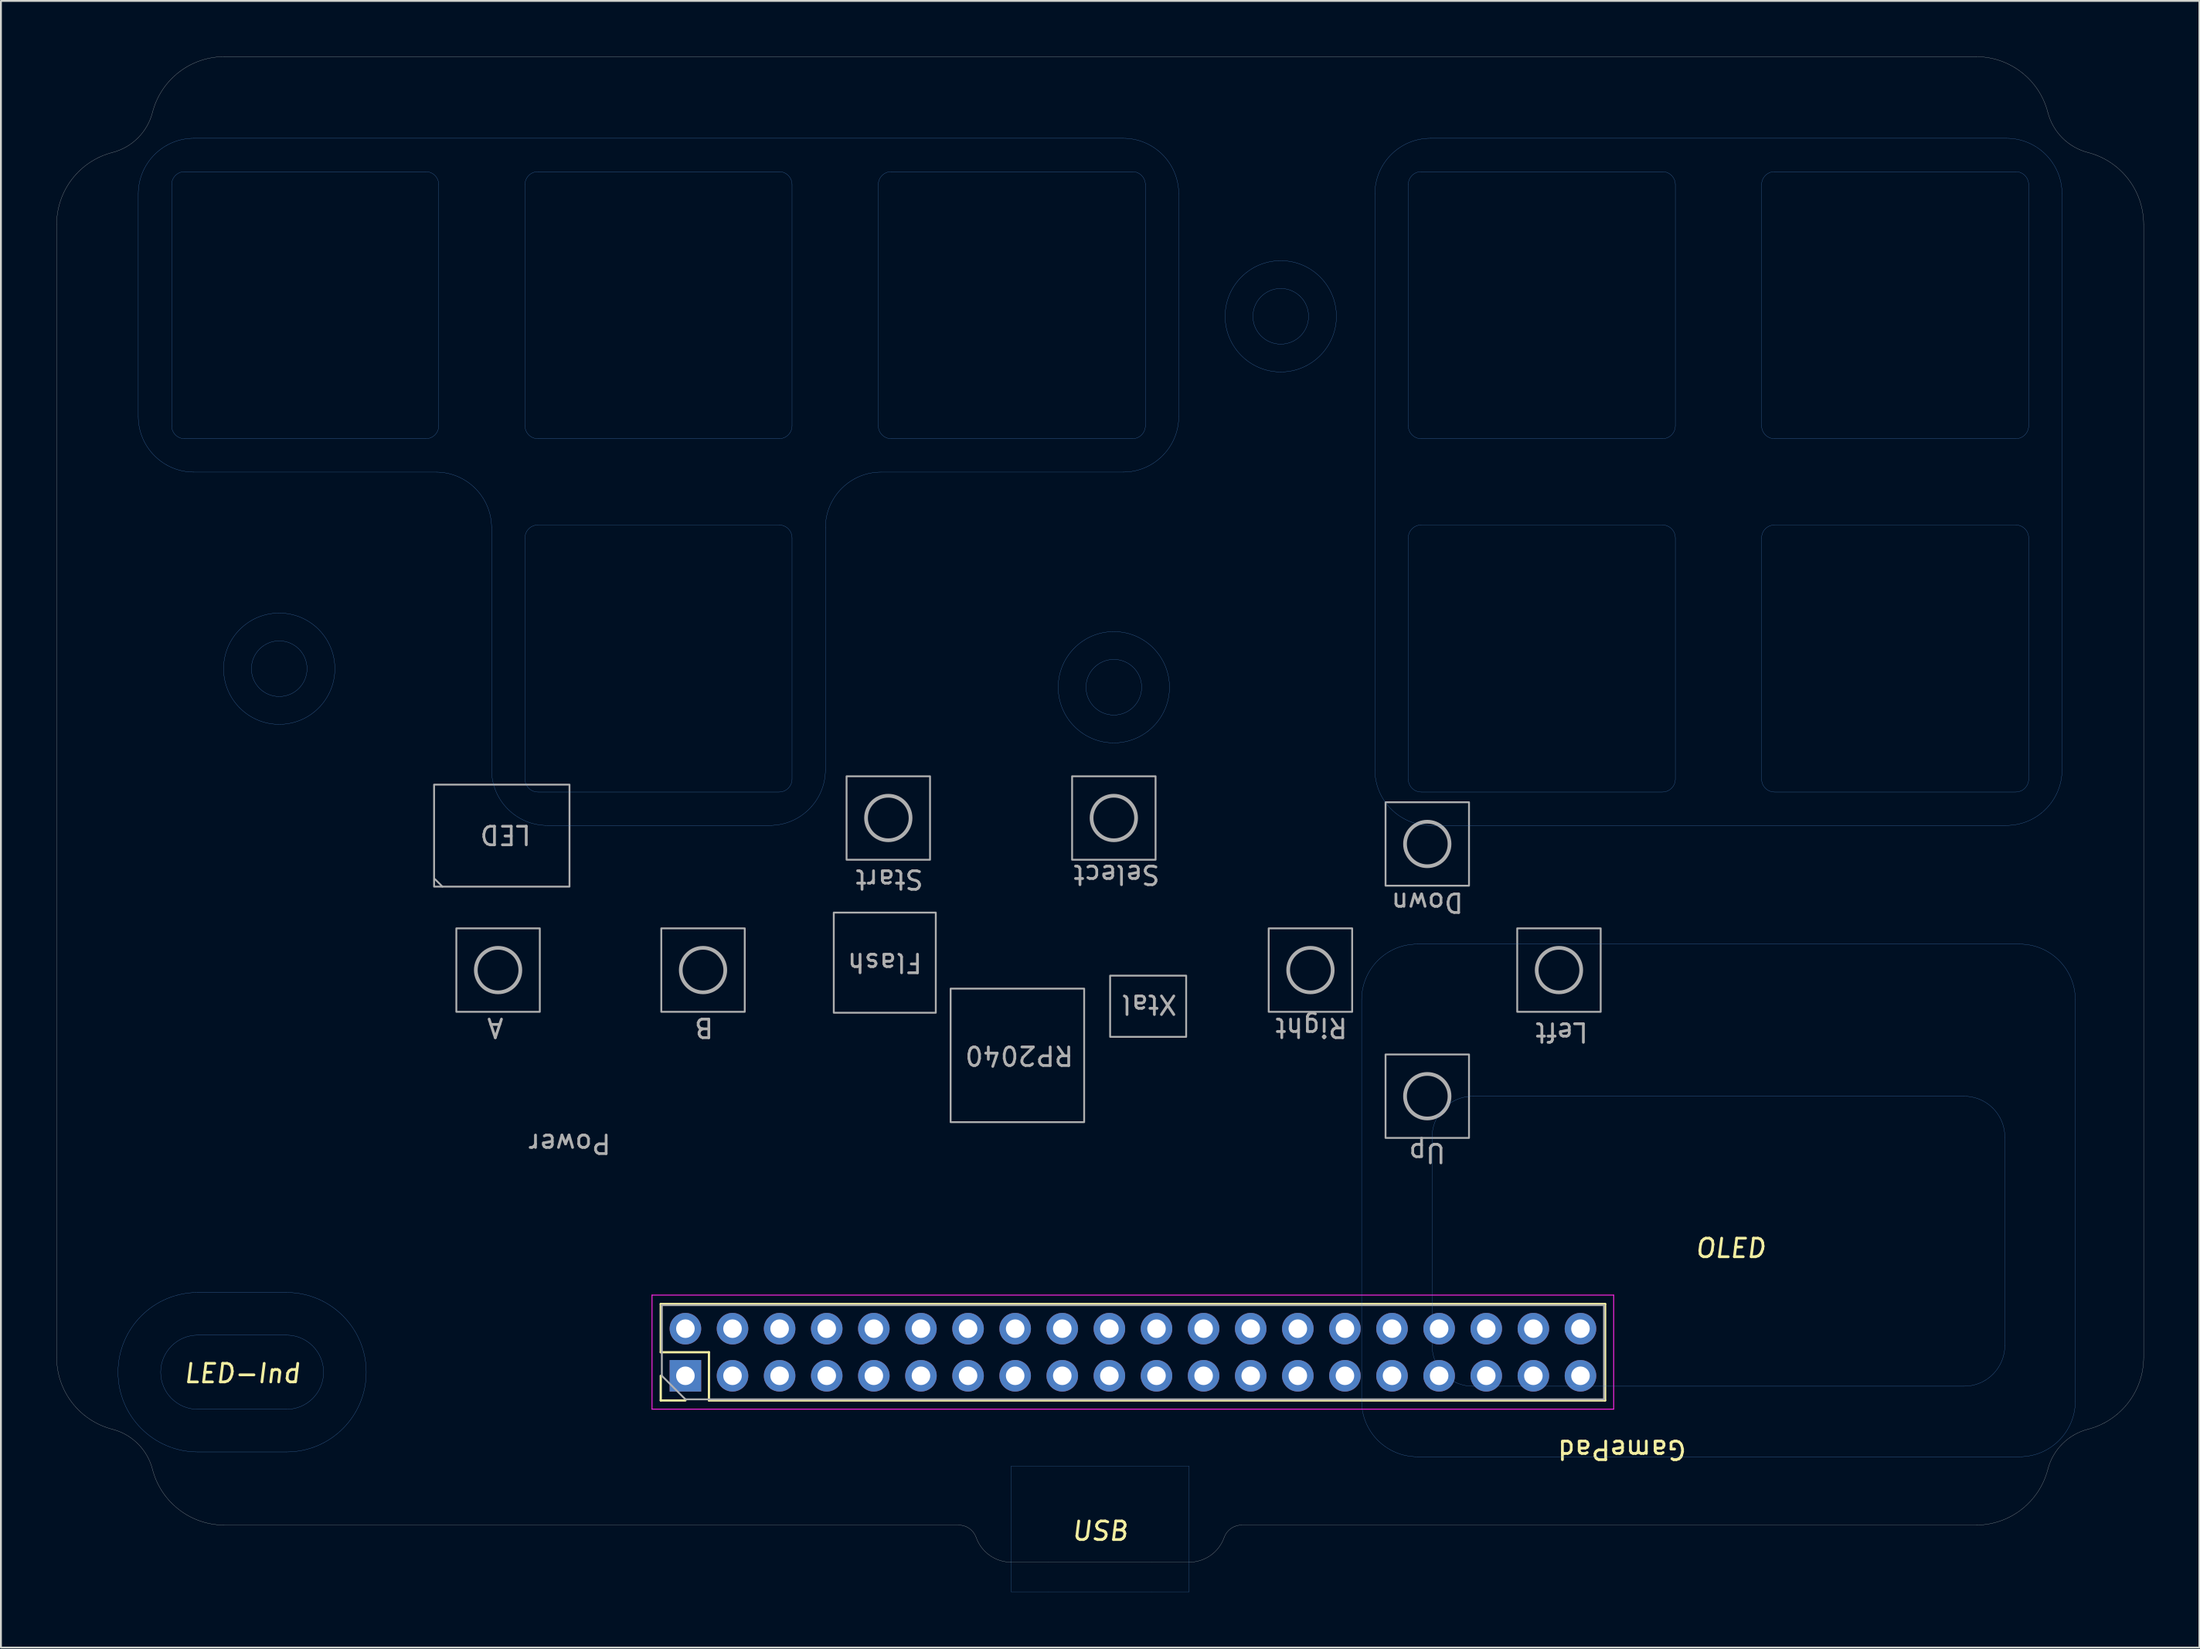
<source format=kicad_pcb>
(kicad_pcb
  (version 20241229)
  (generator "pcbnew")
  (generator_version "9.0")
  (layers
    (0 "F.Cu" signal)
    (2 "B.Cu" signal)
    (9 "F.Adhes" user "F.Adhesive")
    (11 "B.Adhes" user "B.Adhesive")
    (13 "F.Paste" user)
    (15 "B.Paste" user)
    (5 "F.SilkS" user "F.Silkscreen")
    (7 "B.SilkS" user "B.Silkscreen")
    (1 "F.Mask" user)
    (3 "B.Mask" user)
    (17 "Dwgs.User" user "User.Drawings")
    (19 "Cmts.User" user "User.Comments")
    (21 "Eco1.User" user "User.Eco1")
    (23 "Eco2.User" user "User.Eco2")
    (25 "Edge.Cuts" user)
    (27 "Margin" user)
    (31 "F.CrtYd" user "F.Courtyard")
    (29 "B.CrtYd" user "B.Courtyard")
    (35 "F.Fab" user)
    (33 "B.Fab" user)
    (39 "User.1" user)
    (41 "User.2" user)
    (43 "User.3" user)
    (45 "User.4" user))
  (footprint "GamePad"
    (layer "F.Cu")
    (at 57.005 34.005)
    (property "Reference" "GamePad" (at 27.4 41.1 180) (unlocked yes) (layer "F.SilkS") (effects (font (size 1 1) (thickness 0.15))))
    (attr through_hole)
    (fp_line (start -24.43 33.255) (end 26.49 33.255) (stroke (width 0.12) (type solid)) (layer "F.SilkS"))
    (fp_line (start -24.43 35.855) (end -24.43 33.255) (stroke (width 0.12) (type solid)) (layer "F.SilkS"))
    (fp_line (start -24.43 38.455) (end -24.43 37.125) (stroke (width 0.12) (type solid)) (layer "F.SilkS"))
    (fp_line (start -23.1 38.455) (end -24.43 38.455) (stroke (width 0.12) (type solid)) (layer "F.SilkS"))
    (fp_line (start -21.83 35.855) (end -24.43 35.855) (stroke (width 0.12) (type solid)) (layer "F.SilkS"))
    (fp_line (start -21.83 38.455) (end -21.83 35.855) (stroke (width 0.12) (type solid)) (layer "F.SilkS"))
    (fp_line (start -21.83 38.455) (end 26.49 38.455) (stroke (width 0.12) (type solid)) (layer "F.SilkS"))
    (fp_line (start 26.49 38.455) (end 26.49 33.255) (stroke (width 0.12) (type solid)) (layer "F.SilkS"))
    (fp_line (start -52.6 -14.6) (end -52.6 -26.6) (stroke (width 0.01) (type solid)) (layer "Cmts.User"))
    (fp_line (start -50.8 -14.1) (end -50.8 -27.1) (stroke (width 0.01) (type solid)) (layer "Cmts.User"))
    (fp_line (start -50.1 -27.8) (end -37.1 -27.8) (stroke (width 0.01) (type solid)) (layer "Cmts.User"))
    (fp_line (start -49.6 -29.6) (end 0.5 -29.6) (stroke (width 0.01) (type solid)) (layer "Cmts.User"))
    (fp_line (start -49.392 32.632) (end -44.608 32.632) (stroke (width 0.01) (type solid)) (layer "Cmts.User"))
    (fp_line (start -49.392 34.932) (end -44.608 34.932) (stroke (width 0.01) (type solid)) (layer "Cmts.User"))
    (fp_line (start -44.608 38.932) (end -49.392 38.932) (stroke (width 0.01) (type solid)) (layer "Cmts.User"))
    (fp_line (start -44.608 41.232) (end -49.392 41.232) (stroke (width 0.01) (type solid)) (layer "Cmts.User"))
    (fp_line (start -37.1 -13.4) (end -50.1 -13.4) (stroke (width 0.01) (type solid)) (layer "Cmts.User"))
    (fp_line (start -36.55 -11.6) (end -49.6 -11.6) (stroke (width 0.01) (type solid)) (layer "Cmts.User"))
    (fp_line (start -36.4 -27.1) (end -36.4 -14.1) (stroke (width 0.01) (type solid)) (layer "Cmts.User"))
    (fp_line (start -33.55 4.45) (end -33.55 -8.6) (stroke (width 0.01) (type solid)) (layer "Cmts.User"))
    (fp_line (start -31.75 -14.1) (end -31.75 -27.1) (stroke (width 0.01) (type solid)) (layer "Cmts.User"))
    (fp_line (start -31.75 4.95) (end -31.75 -8.05) (stroke (width 0.01) (type solid)) (layer "Cmts.User"))
    (fp_line (start -31.05 -27.8) (end -18.05 -27.8) (stroke (width 0.01) (type solid)) (layer "Cmts.User"))
    (fp_line (start -31.05 -8.75) (end -18.05 -8.75) (stroke (width 0.01) (type solid)) (layer "Cmts.User"))
    (fp_line (start -18.55 7.45) (end -30.55 7.45) (stroke (width 0.01) (type solid)) (layer "Cmts.User"))
    (fp_line (start -18.05 -13.4) (end -31.05 -13.4) (stroke (width 0.01) (type solid)) (layer "Cmts.User"))
    (fp_line (start -18.05 5.65) (end -31.05 5.65) (stroke (width 0.01) (type solid)) (layer "Cmts.User"))
    (fp_line (start -17.35 -27.1) (end -17.35 -14.1) (stroke (width 0.01) (type solid)) (layer "Cmts.User"))
    (fp_line (start -17.35 -8.05) (end -17.35 4.95) (stroke (width 0.01) (type solid)) (layer "Cmts.User"))
    (fp_line (start -15.55 -8.6) (end -15.55 4.45) (stroke (width 0.01) (type solid)) (layer "Cmts.User"))
    (fp_line (start -12.7 -14.1) (end -12.7 -27.1) (stroke (width 0.01) (type solid)) (layer "Cmts.User"))
    (fp_line (start -12 -27.8) (end 1 -27.8) (stroke (width 0.01) (type solid)) (layer "Cmts.User"))
    (fp_line (start -5.538 48.775) (end -5.538 42) (stroke (width 0.01) (type solid)) (layer "Cmts.User"))
    (fp_line (start -3.538 48.775) (end -5.538 48.775) (stroke (width 0.01) (type solid)) (layer "Cmts.User"))
    (fp_line (start -3.538 48.775) (end 2.062 48.775) (stroke (width 0.01) (type solid)) (layer "Cmts.User"))
    (fp_line (start 0.5 -11.6) (end -12.55 -11.6) (stroke (width 0.01) (type solid)) (layer "Cmts.User"))
    (fp_line (start 1 -13.4) (end -12 -13.4) (stroke (width 0.01) (type solid)) (layer "Cmts.User"))
    (fp_line (start 1.7 -27.1) (end 1.7 -14.1) (stroke (width 0.01) (type solid)) (layer "Cmts.User"))
    (fp_line (start 3.5 -26.6) (end 3.5 -14.6) (stroke (width 0.01) (type solid)) (layer "Cmts.User"))
    (fp_line (start 4.062 42) (end -5.538 42) (stroke (width 0.01) (type solid)) (layer "Cmts.User"))
    (fp_line (start 4.062 48.775) (end 2.062 48.775) (stroke (width 0.01) (type solid)) (layer "Cmts.User"))
    (fp_line (start 4.062 48.775) (end 4.062 42) (stroke (width 0.01) (type solid)) (layer "Cmts.User"))
    (fp_line (start 13.36 38.49) (end 13.36 16.85) (stroke (width 0.01) (type solid)) (layer "Cmts.User"))
    (fp_line (start 14.075 -26.6) (end 14.075 4.45) (stroke (width 0.01) (type solid)) (layer "Cmts.User"))
    (fp_line (start 15.875 -14.1) (end 15.875 -27.1) (stroke (width 0.01) (type solid)) (layer "Cmts.User"))
    (fp_line (start 15.875 4.95) (end 15.875 -8.05) (stroke (width 0.01) (type solid)) (layer "Cmts.User"))
    (fp_line (start 16.36 13.85) (end 48.84 13.85) (stroke (width 0.01) (type solid)) (layer "Cmts.User"))
    (fp_line (start 16.575 -27.8) (end 29.575 -27.8) (stroke (width 0.01) (type solid)) (layer "Cmts.User"))
    (fp_line (start 16.575 -8.75) (end 29.575 -8.75) (stroke (width 0.01) (type solid)) (layer "Cmts.User"))
    (fp_line (start 17.075 7.45) (end 48.125 7.45) (stroke (width 0.01) (type solid)) (layer "Cmts.User"))
    (fp_line (start 17.16 24.278) (end 17.16 24.25) (stroke (width 0.01) (type solid)) (layer "Cmts.User"))
    (fp_line (start 17.16 24.278) (end 17.16 35.49) (stroke (width 0.01) (type solid)) (layer "Cmts.User"))
    (fp_line (start 19.36 37.688) (end 45.84 37.688) (stroke (width 0.01) (type solid)) (layer "Cmts.User"))
    (fp_line (start 29.575 5.65) (end 16.575 5.65) (stroke (width 0.01) (type solid)) (layer "Cmts.User"))
    (fp_line (start 29.575 -13.4) (end 16.575 -13.4) (stroke (width 0.01) (type solid)) (layer "Cmts.User"))
    (fp_line (start 30.275 -27.1) (end 30.275 -14.1) (stroke (width 0.01) (type solid)) (layer "Cmts.User"))
    (fp_line (start 30.275 -8.05) (end 30.275 4.95) (stroke (width 0.01) (type solid)) (layer "Cmts.User"))
    (fp_line (start 34.925 -14.1) (end 34.925 -27.1) (stroke (width 0.01) (type solid)) (layer "Cmts.User"))
    (fp_line (start 34.925 4.95) (end 34.925 -8.05) (stroke (width 0.01) (type solid)) (layer "Cmts.User"))
    (fp_line (start 35.625 -27.8) (end 48.625 -27.8) (stroke (width 0.01) (type solid)) (layer "Cmts.User"))
    (fp_line (start 35.625 -8.75) (end 48.625 -8.75) (stroke (width 0.01) (type solid)) (layer "Cmts.User"))
    (fp_line (start 45.84 22.052) (end 19.36 22.052) (stroke (width 0.01) (type solid)) (layer "Cmts.User"))
    (fp_line (start 48.04 24.25) (end 48.04 24.278) (stroke (width 0.01) (type solid)) (layer "Cmts.User"))
    (fp_line (start 48.04 35.49) (end 48.04 24.278) (stroke (width 0.01) (type solid)) (layer "Cmts.User"))
    (fp_line (start 48.125 -29.6) (end 17.075 -29.6) (stroke (width 0.01) (type solid)) (layer "Cmts.User"))
    (fp_line (start 48.625 -13.4) (end 35.625 -13.4) (stroke (width 0.01) (type solid)) (layer "Cmts.User"))
    (fp_line (start 48.625 5.65) (end 35.625 5.65) (stroke (width 0.01) (type solid)) (layer "Cmts.User"))
    (fp_line (start 48.84 41.49) (end 16.36 41.49) (stroke (width 0.01) (type solid)) (layer "Cmts.User"))
    (fp_line (start 49.325 -27.1) (end 49.325 -14.1) (stroke (width 0.01) (type solid)) (layer "Cmts.User"))
    (fp_line (start 49.325 -8.05) (end 49.325 4.95) (stroke (width 0.01) (type solid)) (layer "Cmts.User"))
    (fp_line (start 51.125 4.45) (end 51.125 -26.6) (stroke (width 0.01) (type solid)) (layer "Cmts.User"))
    (fp_line (start 51.84 16.85) (end 51.84 38.49) (stroke (width 0.01) (type solid)) (layer "Cmts.User"))
    (fp_arc (start -52.600001 -26.6) (mid -51.721322 -28.721321) (end -49.600001 -29.6) (stroke (width 0.01) (type solid)) (layer "Cmts.User"))
    (fp_arc (start -50.800001 -27.1) (mid -50.594976 -27.594975) (end -50.100001 -27.799999) (stroke (width 0.01) (type solid)) (layer "Cmts.User"))
    (fp_arc (start -50.100001 -13.4) (mid -50.594975 -13.605026) (end -50.800001 -14.1) (stroke (width 0.01) (type solid)) (layer "Cmts.User"))
    (fp_arc (start -49.600001 -11.6) (mid -51.721321 -12.47868) (end -52.600001 -14.6) (stroke (width 0.01) (type solid)) (layer "Cmts.User"))
    (fp_arc (start -49.3919 41.232416) (mid -53.691916 36.932416) (end -49.3919 32.632416) (stroke (width 0.01) (type solid)) (layer "Cmts.User"))
    (fp_arc (start -49.391899 38.932416) (mid -51.391916 36.932416) (end -49.391899 34.932416) (stroke (width 0.01) (type solid)) (layer "Cmts.User"))
    (fp_arc (start -44.608229 32.632416) (mid -40.308226 36.932416) (end -44.608229 41.232416) (stroke (width 0.01) (type solid)) (layer "Cmts.User"))
    (fp_arc (start -44.608229 34.932416) (mid -42.608216 36.932416) (end -44.608229 38.932416) (stroke (width 0.01) (type solid)) (layer "Cmts.User"))
    (fp_arc (start -37.100001 -27.8) (mid -36.605026 -27.594975) (end -36.400001 -27.100001) (stroke (width 0.01) (type solid)) (layer "Cmts.User"))
    (fp_arc (start -36.55 -11.6) (mid -34.42868 -10.72132) (end -33.550001 -8.6) (stroke (width 0.01) (type solid)) (layer "Cmts.User"))
    (fp_arc (start -36.400001 -14.099999) (mid -36.605027 -13.605025) (end -37.100001 -13.4) (stroke (width 0.01) (type solid)) (layer "Cmts.User"))
    (fp_arc (start -31.750001 -27.1) (mid -31.544976 -27.594975) (end -31.050001 -27.8) (stroke (width 0.01) (type solid)) (layer "Cmts.User"))
    (fp_arc (start -31.750001 -8.05) (mid -31.544976 -8.544975) (end -31.050001 -8.75) (stroke (width 0.01) (type solid)) (layer "Cmts.User"))
    (fp_arc (start -31.050001 -13.4) (mid -31.544975 -13.605026) (end -31.750001 -14.1) (stroke (width 0.01) (type solid)) (layer "Cmts.User"))
    (fp_arc (start -31.050001 5.65) (mid -31.544975 5.444974) (end -31.750001 4.95) (stroke (width 0.01) (type solid)) (layer "Cmts.User"))
    (fp_arc (start -30.550001 7.45) (mid -32.671321 6.57132) (end -33.550001 4.45) (stroke (width 0.01) (type solid)) (layer "Cmts.User"))
    (fp_arc (start -18.050001 -27.8) (mid -17.555026 -27.594975) (end -17.350001 -27.1) (stroke (width 0.01) (type solid)) (layer "Cmts.User"))
    (fp_arc (start -18.050001 -8.75) (mid -17.555026 -8.544975) (end -17.350001 -8.05) (stroke (width 0.01) (type solid)) (layer "Cmts.User"))
    (fp_arc (start -17.350001 -14.1) (mid -17.555027 -13.605026) (end -18.050001 -13.4) (stroke (width 0.01) (type solid)) (layer "Cmts.User"))
    (fp_arc (start -17.350001 4.95) (mid -17.555027 5.444974) (end -18.050001 5.65) (stroke (width 0.01) (type solid)) (layer "Cmts.User"))
    (fp_arc (start -15.550001 -8.6) (mid -14.671322 -10.721321) (end -12.550001 -11.6) (stroke (width 0.01) (type solid)) (layer "Cmts.User"))
    (fp_arc (start -15.550001 4.45) (mid -16.428681 6.57132) (end -18.550001 7.45) (stroke (width 0.01) (type solid)) (layer "Cmts.User"))
    (fp_arc (start -12.700001 -27.1) (mid -12.494976 -27.594975) (end -12.000001 -27.8) (stroke (width 0.01) (type solid)) (layer "Cmts.User"))
    (fp_arc (start -12.000001 -13.4) (mid -12.494975 -13.605026) (end -12.700001 -14.1) (stroke (width 0.01) (type solid)) (layer "Cmts.User"))
    (fp_arc (start 0.499999 -29.6) (mid 2.62132 -28.721321) (end 3.499999 -26.6) (stroke (width 0.01) (type solid)) (layer "Cmts.User"))
    (fp_arc (start 0.999999 -27.8) (mid 1.494974 -27.594975) (end 1.699999 -27.1) (stroke (width 0.01) (type solid)) (layer "Cmts.User"))
    (fp_arc (start 1.699999 -14.1) (mid 1.494973 -13.605026) (end 0.999999 -13.4) (stroke (width 0.01) (type solid)) (layer "Cmts.User"))
    (fp_arc (start 3.499999 -14.6) (mid 2.621319 -12.47868) (end 0.499999 -11.6) (stroke (width 0.01) (type solid)) (layer "Cmts.User"))
    (fp_arc (start 13.359999 16.85) (mid 14.238678 14.728679) (end 16.359999 13.85) (stroke (width 0.01) (type solid)) (layer "Cmts.User"))
    (fp_arc (start 14.074999 -26.6) (mid 14.953679 -28.721321) (end 17.075 -29.6) (stroke (width 0.01) (type solid)) (layer "Cmts.User"))
    (fp_arc (start 15.874999 -27.100001) (mid 16.080025 -27.594975) (end 16.574999 -27.8) (stroke (width 0.01) (type solid)) (layer "Cmts.User"))
    (fp_arc (start 15.874999 -8.049999) (mid 16.080024 -8.544975) (end 16.574999 -8.75) (stroke (width 0.01) (type solid)) (layer "Cmts.User"))
    (fp_arc (start 16.359999 41.49) (mid 14.238679 40.61132) (end 13.359999 38.49) (stroke (width 0.01) (type solid)) (layer "Cmts.User"))
    (fp_arc (start 16.574999 -13.4) (mid 16.080025 -13.605025) (end 15.874999 -14.099999) (stroke (width 0.01) (type solid)) (layer "Cmts.User"))
    (fp_arc (start 16.574999 5.65) (mid 16.080025 5.444974) (end 15.874999 4.95) (stroke (width 0.01) (type solid)) (layer "Cmts.User"))
    (fp_arc (start 17.074999 7.45) (mid 14.953679 6.57132) (end 14.074999 4.45) (stroke (width 0.01) (type solid)) (layer "Cmts.User"))
    (fp_arc (start 29.574999 -27.799999) (mid 30.069974 -27.594974) (end 30.274999 -27.1) (stroke (width 0.01) (type solid)) (layer "Cmts.User"))
    (fp_arc (start 29.574999 -8.75) (mid 30.069974 -8.544975) (end 30.274999 -8.05) (stroke (width 0.01) (type solid)) (layer "Cmts.User"))
    (fp_arc (start 30.274999 -14.1) (mid 30.069973 -13.605026) (end 29.574999 -13.4) (stroke (width 0.01) (type solid)) (layer "Cmts.User"))
    (fp_arc (start 30.274999 4.95) (mid 30.069973 5.444975) (end 29.574998 5.65) (stroke (width 0.01) (type solid)) (layer "Cmts.User"))
    (fp_arc (start 34.924999 -27.1) (mid 35.130024 -27.594975) (end 35.624999 -27.799999) (stroke (width 0.01) (type solid)) (layer "Cmts.User"))
    (fp_arc (start 34.924999 -8.05) (mid 35.130024 -8.544975) (end 35.624999 -8.75) (stroke (width 0.01) (type solid)) (layer "Cmts.User"))
    (fp_arc (start 35.624998 5.65) (mid 35.130025 5.444974) (end 34.924999 4.95) (stroke (width 0.01) (type solid)) (layer "Cmts.User"))
    (fp_arc (start 35.624999 -13.4) (mid 35.130025 -13.605026) (end 34.924999 -14.1) (stroke (width 0.01) (type solid)) (layer "Cmts.User"))
    (fp_arc (start 48.124999 -29.6) (mid 50.24632 -28.721321) (end 51.124999 -26.6) (stroke (width 0.01) (type solid)) (layer "Cmts.User"))
    (fp_arc (start 48.624999 -27.799999) (mid 49.119974 -27.594974) (end 49.324999 -27.1) (stroke (width 0.01) (type solid)) (layer "Cmts.User"))
    (fp_arc (start 48.624999 -8.75) (mid 49.119974 -8.544975) (end 49.324999 -8.05) (stroke (width 0.01) (type solid)) (layer "Cmts.User"))
    (fp_arc (start 48.839999 13.85) (mid 50.96132 14.728679) (end 51.839999 16.85) (stroke (width 0.01) (type solid)) (layer "Cmts.User"))
    (fp_arc (start 49.324999 -14.1) (mid 49.119973 -13.605026) (end 48.624999 -13.4) (stroke (width 0.01) (type solid)) (layer "Cmts.User"))
    (fp_arc (start 49.324999 4.95) (mid 49.119974 5.444974) (end 48.625 5.65) (stroke (width 0.01) (type solid)) (layer "Cmts.User"))
    (fp_arc (start 51.124999 4.45) (mid 50.246319 6.57132) (end 48.124999 7.45) (stroke (width 0.01) (type solid)) (layer "Cmts.User"))
    (fp_arc (start 51.839999 38.49) (mid 50.96132 40.61132) (end 48.84 41.49) (stroke (width 0.01) (type solid)) (layer "Cmts.User"))
    (fp_circle (center -45 -1) (end -48 -1) (stroke (width 0.01) (type solid)) (fill no) (layer "Cmts.User"))
    (fp_circle (center -45 -1) (end -46.5 -1) (stroke (width 0.01) (type solid)) (fill no) (layer "Cmts.User"))
    (fp_circle (center 0 0) (end -3 0.000001) (stroke (width 0.01) (type solid)) (fill no) (layer "Cmts.User"))
    (fp_circle (center 0 0) (end -1.5 0) (stroke (width 0.01) (type solid)) (fill no) (layer "Cmts.User"))
    (fp_circle (center 9 -20) (end 6 -20) (stroke (width 0.01) (type solid)) (fill no) (layer "Cmts.User"))
    (fp_circle (center 9 -20) (end 7.5 -20) (stroke (width 0.01) (type solid)) (fill no) (layer "Cmts.User"))
    (fp_curve (pts (xy 17.16 24.25) (xy 17.16 23.895) (xy 17.248 23.54) (xy 17.414 23.225)) (stroke (width 0.01) (type solid)) (layer "Cmts.User"))
    (fp_curve (pts (xy 17.16 35.505) (xy 17.16 35.5) (xy 17.16 35.495) (xy 17.16 35.49)) (stroke (width 0.01) (type solid)) (layer "Cmts.User"))
    (fp_curve (pts (xy 17.16 35.521) (xy 17.16 35.515) (xy 17.16 35.51) (xy 17.16 35.505)) (stroke (width 0.01) (type solid)) (layer "Cmts.User"))
    (fp_curve (pts (xy 17.414 23.225) (xy 17.516 23.031) (xy 17.648 22.852) (xy 17.804 22.696)) (stroke (width 0.01) (type solid)) (layer "Cmts.User"))
    (fp_curve (pts (xy 17.417 36.52) (xy 17.254 36.214) (xy 17.165 35.868) (xy 17.16 35.521)) (stroke (width 0.01) (type solid)) (layer "Cmts.User"))
    (fp_curve (pts (xy 17.804 22.696) (xy 17.959 22.541) (xy 18.138 22.409) (xy 18.333 22.306)) (stroke (width 0.01) (type solid)) (layer "Cmts.User"))
    (fp_curve (pts (xy 17.804 37.044) (xy 17.65 36.89) (xy 17.519 36.713) (xy 17.417 36.52)) (stroke (width 0.01) (type solid)) (layer "Cmts.User"))
    (fp_curve (pts (xy 18.327 37.431) (xy 18.135 37.329) (xy 17.958 37.198) (xy 17.804 37.044)) (stroke (width 0.01) (type solid)) (layer "Cmts.User"))
    (fp_curve (pts (xy 18.333 22.306) (xy 18.648 22.14) (xy 19.004 22.052) (xy 19.36 22.052)) (stroke (width 0.01) (type solid)) (layer "Cmts.User"))
    (fp_curve (pts (xy 19.36 37.688) (xy 19.002 37.688) (xy 18.644 37.599) (xy 18.327 37.431)) (stroke (width 0.01) (type solid)) (layer "Cmts.User"))
    (fp_curve (pts (xy 45.84 22.052) (xy 46.196 22.052) (xy 46.552 22.14) (xy 46.867 22.306)) (stroke (width 0.01) (type solid)) (layer "Cmts.User"))
    (fp_curve (pts (xy 46.867 22.306) (xy 47.062 22.409) (xy 47.241 22.541) (xy 47.396 22.696)) (stroke (width 0.01) (type solid)) (layer "Cmts.User"))
    (fp_curve (pts (xy 46.873 37.431) (xy 46.556 37.599) (xy 46.198 37.688) (xy 45.84 37.688)) (stroke (width 0.01) (type solid)) (layer "Cmts.User"))
    (fp_curve (pts (xy 47.396 22.696) (xy 47.552 22.852) (xy 47.684 23.031) (xy 47.786 23.225)) (stroke (width 0.01) (type solid)) (layer "Cmts.User"))
    (fp_curve (pts (xy 47.396 37.044) (xy 47.242 37.198) (xy 47.065 37.329) (xy 46.873 37.431)) (stroke (width 0.01) (type solid)) (layer "Cmts.User"))
    (fp_curve (pts (xy 47.783 36.52) (xy 47.681 36.713) (xy 47.55 36.89) (xy 47.396 37.044)) (stroke (width 0.01) (type solid)) (layer "Cmts.User"))
    (fp_curve (pts (xy 47.786 23.225) (xy 47.952 23.54) (xy 48.04 23.895) (xy 48.04 24.25)) (stroke (width 0.01) (type solid)) (layer "Cmts.User"))
    (fp_curve (pts (xy 48.04 35.521) (xy 48.035 35.868) (xy 47.946 36.214) (xy 47.783 36.52)) (stroke (width 0.01) (type solid)) (layer "Cmts.User"))
    (fp_curve (pts (xy 48.04 35.505) (xy 48.04 35.51) (xy 48.04 35.515) (xy 48.04 35.521)) (stroke (width 0.01) (type solid)) (layer "Cmts.User"))
    (fp_curve (pts (xy 48.04 35.49) (xy 48.04 35.495) (xy 48.04 35.5) (xy 48.04 35.505)) (stroke (width 0.01) (type solid)) (layer "Cmts.User"))
    (fp_line (start -57 36.134) (end -57 -24.959) (stroke (width 0.01) (type solid)) (layer "Edge.Cuts"))
    (fp_line (start -47.959 -34) (end 46.484 -34) (stroke (width 0.01) (type solid)) (layer "Edge.Cuts"))
    (fp_line (start -8.366 45.175) (end -47.959 45.175) (stroke (width 0.01) (type solid)) (layer "Edge.Cuts"))
    (fp_line (start -3.538 47.175) (end -5.538 47.175) (stroke (width 0.01) (type solid)) (layer "Edge.Cuts"))
    (fp_line (start 2.062 47.175) (end -3.538 47.175) (stroke (width 0.01) (type solid)) (layer "Edge.Cuts"))
    (fp_line (start 4.062 47.175) (end 2.062 47.175) (stroke (width 0.01) (type solid)) (layer "Edge.Cuts"))
    (fp_line (start 46.484 45.175) (end 6.891 45.175) (stroke (width 0.01) (type solid)) (layer "Edge.Cuts"))
    (fp_line (start 55.525 -24.959) (end 55.525 36.134) (stroke (width 0.01) (type solid)) (layer "Edge.Cuts"))
    (fp_arc (start -57.000001 -24.959055) (mid -56.160381 -27.410999) (end -53.993991 -28.833585) (stroke (width 0.01) (type solid)) (layer "Edge.Cuts"))
    (fp_arc (start -53.993992 40.008585) (mid -56.160365 38.585987) (end -57.000001 36.134055) (stroke (width 0.01) (type solid)) (layer "Edge.Cuts"))
    (fp_arc (start -53.993992 40.008585) (mid -52.618166 40.793164) (end -51.833587 42.16899) (stroke (width 0.01) (type solid)) (layer "Edge.Cuts"))
    (fp_arc (start -51.833586 -30.99399) (mid -52.618166 -29.618165) (end -53.993991 -28.833585) (stroke (width 0.01) (type solid)) (layer "Edge.Cuts"))
    (fp_arc (start -51.833586 -30.99399) (mid -50.410989 -33.160364) (end -47.959056 -34) (stroke (width 0.01) (type solid)) (layer "Edge.Cuts"))
    (fp_arc (start -47.959056 45.175) (mid -50.411014 44.335397) (end -51.833587 42.16899) (stroke (width 0.01) (type solid)) (layer "Edge.Cuts"))
    (fp_arc (start -8.365928 45.175) (mid -7.788568 45.358491) (end -7.423119 45.841667) (stroke (width 0.01) (type solid)) (layer "Edge.Cuts"))
    (fp_arc (start -5.537501 47.175001) (mid -6.692202 46.807994) (end -7.423119 45.841667) (stroke (width 0.01) (type solid)) (layer "Edge.Cuts"))
    (fp_arc (start 5.948117 45.841667) (mid 5.217199 46.807993) (end 4.062499 47.175) (stroke (width 0.01) (type solid)) (layer "Edge.Cuts"))
    (fp_arc (start 5.948117 45.841667) (mid 6.313581 45.358512) (end 6.890926 45.175) (stroke (width 0.01) (type solid)) (layer "Edge.Cuts"))
    (fp_arc (start 46.484054 -34) (mid 48.936013 -33.160398) (end 50.358584 -30.99399) (stroke (width 0.01) (type solid)) (layer "Edge.Cuts"))
    (fp_arc (start 50.358584 42.16899) (mid 48.935986 44.335364) (end 46.484053 45.175) (stroke (width 0.01) (type solid)) (layer "Edge.Cuts"))
    (fp_arc (start 50.358584 42.16899) (mid 51.143164 40.793165) (end 52.518989 40.008585) (stroke (width 0.01) (type solid)) (layer "Edge.Cuts"))
    (fp_arc (start 52.518989 -28.833585) (mid 51.143164 -29.618165) (end 50.358584 -30.99399) (stroke (width 0.01) (type solid)) (layer "Edge.Cuts"))
    (fp_arc (start 52.518989 -28.833585) (mid 54.685363 -27.410988) (end 55.524999 -24.959055) (stroke (width 0.01) (type solid)) (layer "Edge.Cuts"))
    (fp_arc (start 55.524998 36.134055) (mid 54.685396 38.586013) (end 52.518989 40.008585) (stroke (width 0.01) (type solid)) (layer "Edge.Cuts"))
    (fp_line (start -24.9 32.775) (end -24.9 38.925) (stroke (width 0.05) (type solid)) (layer "F.CrtYd"))
    (fp_line (start -24.9 38.925) (end 26.95 38.925) (stroke (width 0.05) (type solid)) (layer "F.CrtYd"))
    (fp_line (start 26.95 32.775) (end -24.9 32.775) (stroke (width 0.05) (type solid)) (layer "F.CrtYd"))
    (fp_line (start 26.95 38.925) (end 26.95 32.775) (stroke (width 0.05) (type solid)) (layer "F.CrtYd"))
    (fp_line (start -36.2 10.75) (end -36.6 10.35) (stroke (width 0.1) (type solid)) (layer "F.Fab"))
    (fp_line (start -24.37 33.315) (end 26.43 33.315) (stroke (width 0.1) (type solid)) (layer "F.Fab"))
    (fp_line (start -24.37 37.125) (end -24.37 33.315) (stroke (width 0.1) (type solid)) (layer "F.Fab"))
    (fp_line (start -23.1 38.395) (end -24.37 37.125) (stroke (width 0.1) (type solid)) (layer "F.Fab"))
    (fp_line (start 26.43 33.315) (end 26.43 38.395) (stroke (width 0.1) (type solid)) (layer "F.Fab"))
    (fp_line (start 26.43 38.395) (end -23.1 38.395) (stroke (width 0.1) (type solid)) (layer "F.Fab"))
    (fp_rect (start -30.95 17.5) (end -35.45 13) (stroke (width 0.1) (type solid)) (fill no) (layer "F.Fab"))
    (fp_rect (start -29.35 10.75) (end -36.65 5.25) (stroke (width 0.1) (type solid)) (fill no) (layer "F.Fab"))
    (fp_rect (start -19.9 17.5) (end -24.4 13) (stroke (width 0.1) (type solid)) (fill no) (layer "F.Fab"))
    (fp_rect (start -9.91 9.3) (end -14.41 4.8) (stroke (width 0.1) (type solid)) (fill no) (layer "F.Fab"))
    (fp_rect (start -9.6 17.55) (end -15.1 12.15) (stroke (width 0.1) (type solid)) (fill no) (layer "F.Fab"))
    (fp_rect (start -1.6 23.45) (end -8.8 16.25) (stroke (width 0.1) (type solid)) (fill no) (layer "F.Fab"))
    (fp_rect (start -0.2 15.55) (end 3.9 18.85) (stroke (width 0.1) (type solid)) (fill no) (layer "F.Fab"))
    (fp_rect (start 2.25 9.3) (end -2.25 4.8) (stroke (width 0.1) (type solid)) (fill no) (layer "F.Fab"))
    (fp_rect (start 12.85 17.5) (end 8.35 13) (stroke (width 0.1) (type solid)) (fill no) (layer "F.Fab"))
    (fp_rect (start 26.25 17.5) (end 21.75 13) (stroke (width 0.1) (type solid)) (fill no) (layer "F.Fab"))
    (fp_circle (center -33.2 15.25) (end -34.4 15.25) (stroke (width 0.2) (type solid)) (fill no) (layer "F.Fab"))
    (fp_circle (center -22.15 15.25) (end -23.35 15.25) (stroke (width 0.2) (type solid)) (fill no) (layer "F.Fab"))
    (fp_circle (center -12.16 7.05) (end -13.36 7.05) (stroke (width 0.2) (type solid)) (fill no) (layer "F.Fab"))
    (fp_circle (center 0 7.05) (end -1.2 7.05) (stroke (width 0.2) (type solid)) (fill no) (layer "F.Fab"))
    (fp_circle (center 10.6 15.25) (end 9.4 15.25) (stroke (width 0.2) (type solid)) (fill no) (layer "F.Fab"))
    (fp_circle (center 16.9 8.45) (end 16.9 9.65) (stroke (width 0.2) (type solid)) (fill no) (layer "F.Fab"))
    (fp_circle (center 16.9 22.05) (end 16.9 23.25) (stroke (width 0.2) (type solid)) (fill no) (layer "F.Fab"))
    (fp_circle (center 24 15.25) (end 22.8 15.25) (stroke (width 0.2) (type solid)) (fill no) (layer "F.Fab"))
    (fp_poly (pts (xy 19.15 6.2) (xy 19.15 10.7) (xy 14.65 10.7) (xy 14.65 6.2)) (stroke (width 0.1) (type solid)) (fill no) (layer "F.Fab"))
    (fp_poly (pts (xy 19.15 19.8) (xy 19.15 24.3) (xy 14.65 24.3) (xy 14.65 19.8)) (stroke (width 0.1) (type solid)) (fill no) (layer "F.Fab"))
    (fp_text user "OLED" (at 33.25 30.25 0) (layer "F.SilkS") (effects (font (size 1 1) (thickness 0.15) (italic yes))))
    (fp_text user "LED-Ind" (at -47 37 0) (layer "F.SilkS") (effects (font (size 1 1) (thickness 0.15) (italic yes))))
    (fp_text user "USB" (at -0.75 45.5 0) (layer "F.SilkS") (effects (font (size 1 1) (thickness 0.15) (italic yes))))
    (fp_text user "Power" (at -29.35 24.6 180) (unlocked yes) (layer "F.Fab") (effects (font (size 1 1) (thickness 0.15))))
    (fp_text user "B" (at -22.1 18.35 180) (unlocked yes) (layer "F.Fab") (effects (font (size 1 1) (thickness 0.15))))
    (fp_text user "Flash" (at -12.35 14.85 180) (unlocked yes) (layer "F.Fab") (effects (font (size 1 1) (thickness 0.15))))
    (fp_text user "Xtal" (at 1.9 17.1 180) (unlocked yes) (layer "F.Fab") (effects (font (size 1 1) (thickness 0.15))))
    (fp_text user "LED" (at -32.8 7.95 180) (unlocked yes) (layer "F.Fab") (effects (font (size 1 1) (thickness 0.15))))
    (fp_text user "Start" (at -12.1 10.35 180) (unlocked yes) (layer "F.Fab") (effects (font (size 1 1) (thickness 0.15))))
    (fp_text user "A" (at -33.35 18.35 180) (unlocked yes) (layer "F.Fab") (effects (font (size 1 1) (thickness 0.15))))
    (fp_text user "Up" (at 16.9 25.1 180) (unlocked yes) (layer "F.Fab") (effects (font (size 1 1) (thickness 0.15))))
    (fp_text user "Right" (at 10.65 18.35 180) (unlocked yes) (layer "F.Fab") (effects (font (size 1 1) (thickness 0.15))))
    (fp_text user "Select" (at 0.15 10.1 180) (unlocked yes) (layer "F.Fab") (effects (font (size 1 1) (thickness 0.15))))
    (fp_text user "Down" (at 16.9 11.6 180) (unlocked yes) (layer "F.Fab") (effects (font (size 1 1) (thickness 0.15))))
    (fp_text user "Left" (at 24.15 18.6 180) (unlocked yes) (layer "F.Fab") (effects (font (size 1 1) (thickness 0.15))))
    (fp_text user "RP2040" (at -5.1 19.85 180) (unlocked yes) (layer "F.Fab") (effects (font (size 1 1) (thickness 0.15))))
    (pad "1" thru_hole rect (at -23.1 37.125 90) (size 1.7 1.7) (drill 1) (layers "*.Cu" "*.Mask"))
    (pad "2" thru_hole oval (at -23.1 34.585 90) (size 1.7 1.7) (drill 1) (layers "*.Cu" "*.Mask"))
    (pad "3" thru_hole oval (at -20.56 37.125 90) (size 1.7 1.7) (drill 1) (layers "*.Cu" "*.Mask"))
    (pad "4" thru_hole oval (at -20.56 34.585 90) (size 1.7 1.7) (drill 1) (layers "*.Cu" "*.Mask"))
    (pad "5" thru_hole oval (at -18.02 37.125 90) (size 1.7 1.7) (drill 1) (layers "*.Cu" "*.Mask"))
    (pad "6" thru_hole oval (at -18.02 34.585 90) (size 1.7 1.7) (drill 1) (layers "*.Cu" "*.Mask"))
    (pad "7" thru_hole oval (at -15.48 37.125 90) (size 1.7 1.7) (drill 1) (layers "*.Cu" "*.Mask"))
    (pad "8" thru_hole oval (at -15.48 34.585 90) (size 1.7 1.7) (drill 1) (layers "*.Cu" "*.Mask"))
    (pad "9" thru_hole oval (at -12.94 37.125 90) (size 1.7 1.7) (drill 1) (layers "*.Cu" "*.Mask"))
    (pad "10" thru_hole oval (at -12.94 34.585 90) (size 1.7 1.7) (drill 1) (layers "*.Cu" "*.Mask"))
    (pad "11" thru_hole oval (at -10.4 37.125 90) (size 1.7 1.7) (drill 1) (layers "*.Cu" "*.Mask"))
    (pad "12" thru_hole oval (at -10.4 34.585 90) (size 1.7 1.7) (drill 1) (layers "*.Cu" "*.Mask"))
    (pad "13" thru_hole oval (at -7.86 37.125 90) (size 1.7 1.7) (drill 1) (layers "*.Cu" "*.Mask"))
    (pad "14" thru_hole oval (at -7.86 34.585 90) (size 1.7 1.7) (drill 1) (layers "*.Cu" "*.Mask"))
    (pad "15" thru_hole oval (at -5.32 37.125 90) (size 1.7 1.7) (drill 1) (layers "*.Cu" "*.Mask"))
    (pad "16" thru_hole oval (at -5.32 34.585 90) (size 1.7 1.7) (drill 1) (layers "*.Cu" "*.Mask"))
    (pad "17" thru_hole oval (at -2.78 37.125 90) (size 1.7 1.7) (drill 1) (layers "*.Cu" "*.Mask"))
    (pad "18" thru_hole oval (at -2.78 34.585 90) (size 1.7 1.7) (drill 1) (layers "*.Cu" "*.Mask"))
    (pad "19" thru_hole oval (at -0.24 37.125 90) (size 1.7 1.7) (drill 1) (layers "*.Cu" "*.Mask"))
    (pad "20" thru_hole oval (at -0.24 34.585 90) (size 1.7 1.7) (drill 1) (layers "*.Cu" "*.Mask"))
    (pad "21" thru_hole oval (at 2.3 37.125 90) (size 1.7 1.7) (drill 1) (layers "*.Cu" "*.Mask"))
    (pad "22" thru_hole oval (at 2.3 34.585 90) (size 1.7 1.7) (drill 1) (layers "*.Cu" "*.Mask"))
    (pad "23" thru_hole oval (at 4.84 37.125 90) (size 1.7 1.7) (drill 1) (layers "*.Cu" "*.Mask"))
    (pad "24" thru_hole oval (at 4.84 34.585 90) (size 1.7 1.7) (drill 1) (layers "*.Cu" "*.Mask"))
    (pad "25" thru_hole oval (at 7.38 37.125 90) (size 1.7 1.7) (drill 1) (layers "*.Cu" "*.Mask"))
    (pad "26" thru_hole oval (at 7.38 34.585 90) (size 1.7 1.7) (drill 1) (layers "*.Cu" "*.Mask"))
    (pad "27" thru_hole oval (at 9.92 37.125 90) (size 1.7 1.7) (drill 1) (layers "*.Cu" "*.Mask"))
    (pad "28" thru_hole oval (at 9.92 34.585 90) (size 1.7 1.7) (drill 1) (layers "*.Cu" "*.Mask"))
    (pad "29" thru_hole oval (at 12.46 37.125 90) (size 1.7 1.7) (drill 1) (layers "*.Cu" "*.Mask"))
    (pad "30" thru_hole oval (at 12.46 34.585 90) (size 1.7 1.7) (drill 1) (layers "*.Cu" "*.Mask"))
    (pad "31" thru_hole oval (at 15 37.125 90) (size 1.7 1.7) (drill 1) (layers "*.Cu" "*.Mask"))
    (pad "32" thru_hole oval (at 15 34.585 90) (size 1.7 1.7) (drill 1) (layers "*.Cu" "*.Mask"))
    (pad "33" thru_hole oval (at 17.54 37.125 90) (size 1.7 1.7) (drill 1) (layers "*.Cu" "*.Mask"))
    (pad "34" thru_hole oval (at 17.54 34.585 90) (size 1.7 1.7) (drill 1) (layers "*.Cu" "*.Mask"))
    (pad "35" thru_hole oval (at 20.08 37.125 90) (size 1.7 1.7) (drill 1) (layers "*.Cu" "*.Mask"))
    (pad "36" thru_hole oval (at 20.08 34.585 90) (size 1.7 1.7) (drill 1) (layers "*.Cu" "*.Mask"))
    (pad "37" thru_hole oval (at 22.62 37.125 90) (size 1.7 1.7) (drill 1) (layers "*.Cu" "*.Mask"))
    (pad "38" thru_hole oval (at 22.62 34.585 90) (size 1.7 1.7) (drill 1) (layers "*.Cu" "*.Mask"))
    (pad "39" thru_hole oval (at 25.16 37.125 90) (size 1.7 1.7) (drill 1) (layers "*.Cu" "*.Mask"))
    (pad "40" thru_hole oval (at 25.16 34.585 90) (size 1.7 1.7) (drill 1) (layers "*.Cu" "*.Mask")))
  (gr_rect
    (start -3 -3)
    (end 115.535 85.785)
    (stroke (width 0.1) (type default))
    (fill no)
    (layer "Edge.Cuts")))
</source>
